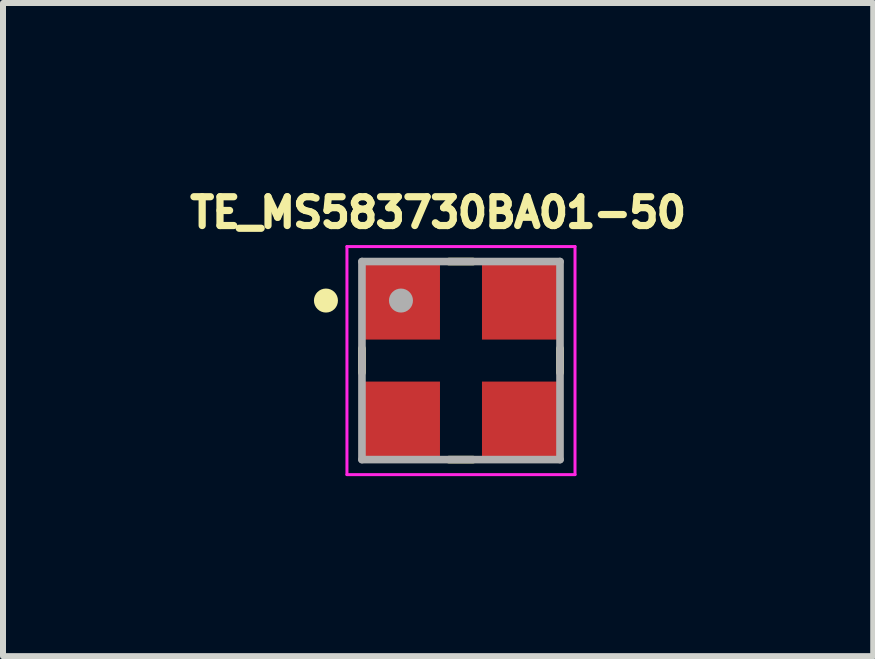
<source format=kicad_pcb>
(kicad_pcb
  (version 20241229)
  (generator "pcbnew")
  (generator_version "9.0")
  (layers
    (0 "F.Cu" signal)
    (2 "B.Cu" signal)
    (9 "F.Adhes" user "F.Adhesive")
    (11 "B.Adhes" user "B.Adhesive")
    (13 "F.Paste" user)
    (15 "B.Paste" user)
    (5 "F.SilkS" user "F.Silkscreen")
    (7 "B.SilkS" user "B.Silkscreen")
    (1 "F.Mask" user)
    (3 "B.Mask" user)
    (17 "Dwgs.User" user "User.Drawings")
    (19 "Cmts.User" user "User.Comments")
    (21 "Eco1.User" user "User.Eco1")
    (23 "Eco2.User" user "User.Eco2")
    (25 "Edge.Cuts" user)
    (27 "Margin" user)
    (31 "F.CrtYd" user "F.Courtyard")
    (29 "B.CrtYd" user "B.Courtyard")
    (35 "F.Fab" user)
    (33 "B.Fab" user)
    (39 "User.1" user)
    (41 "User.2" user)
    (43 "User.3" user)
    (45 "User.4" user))
  (footprint "TE_MS583730BA01-50"
    (layer "F.Cu")
    (at 4.631 2.958)
    (property "Reference" "TE_MS583730BA01-50" (at -0.381 -2.466 0) (layer "F.SilkS") (effects (font (size 0.48 0.48) (thickness 0.15))))
    (attr smd)
    (fp_line (start -1.65 -0.2) (end -1.65 0.2) (stroke (width 0.127) (type solid)) (layer "F.SilkS"))
    (fp_line (start -0.2 -1.65) (end 0.2 -1.65) (stroke (width 0.127) (type solid)) (layer "F.SilkS"))
    (fp_line (start -0.2 1.65) (end 0.2 1.65) (stroke (width 0.127) (type solid)) (layer "F.SilkS"))
    (fp_line (start 1.65 -0.2) (end 1.65 0.2) (stroke (width 0.127) (type solid)) (layer "F.SilkS"))
    (fp_circle (center -2.25 -1) (end -2.15 -1) (stroke (width 0.2) (type solid)) (fill no) (layer "F.SilkS"))
    (fp_line (start -1.9 -1.9) (end 1.9 -1.9) (stroke (width 0.05) (type solid)) (layer "F.CrtYd"))
    (fp_line (start -1.9 1.9) (end -1.9 -1.9) (stroke (width 0.05) (type solid)) (layer "F.CrtYd"))
    (fp_line (start 1.9 -1.9) (end 1.9 1.9) (stroke (width 0.05) (type solid)) (layer "F.CrtYd"))
    (fp_line (start 1.9 1.9) (end -1.9 1.9) (stroke (width 0.05) (type solid)) (layer "F.CrtYd"))
    (fp_line (start -1.65 -1.65) (end -1.65 1.65) (stroke (width 0.127) (type solid)) (layer "F.Fab"))
    (fp_line (start -1.65 1.65) (end 1.65 1.65) (stroke (width 0.127) (type solid)) (layer "F.Fab"))
    (fp_line (start 1.65 -1.65) (end -1.65 -1.65) (stroke (width 0.127) (type solid)) (layer "F.Fab"))
    (fp_line (start 1.65 1.65) (end 1.65 -1.65) (stroke (width 0.127) (type solid)) (layer "F.Fab"))
    (fp_circle (center -1 -1) (end -0.9 -1) (stroke (width 0.2) (type solid)) (fill no) (layer "F.Fab"))
    (pad "1" smd rect (at -1 -1) (size 1.3 1.3) (layers "F.Cu" "F.Mask" "F.Paste"))
    (pad "2" smd rect (at -1 1) (size 1.3 1.3) (layers "F.Cu" "F.Mask" "F.Paste"))
    (pad "3" smd rect (at 1 1) (size 1.3 1.3) (layers "F.Cu" "F.Mask" "F.Paste"))
    (pad "4" smd rect (at 1 -1) (size 1.3 1.3) (layers "F.Cu" "F.Mask" "F.Paste")))
  (gr_rect
    (start -3 -3)
    (end 11.5 7.883)
    (stroke (width 0.1) (type default))
    (fill no)
    (layer "Edge.Cuts")))
</source>
